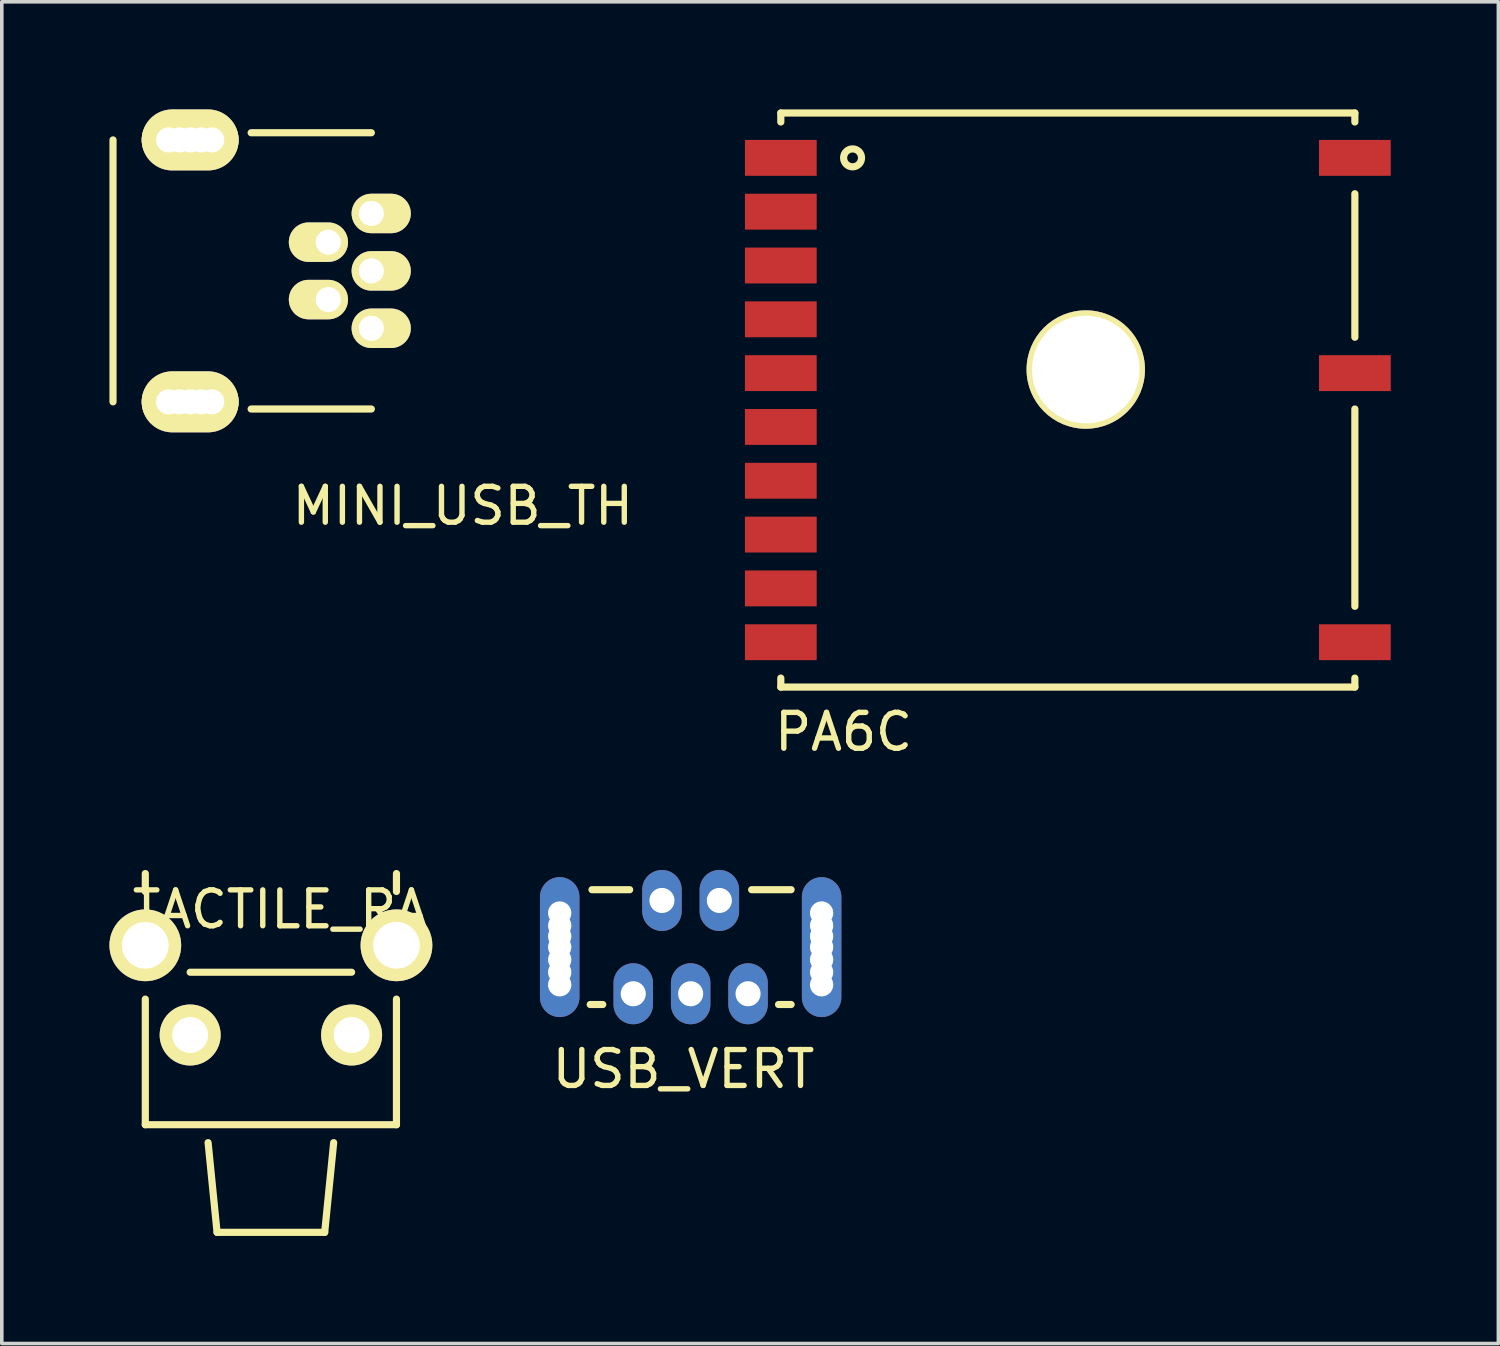
<source format=kicad_pcb>
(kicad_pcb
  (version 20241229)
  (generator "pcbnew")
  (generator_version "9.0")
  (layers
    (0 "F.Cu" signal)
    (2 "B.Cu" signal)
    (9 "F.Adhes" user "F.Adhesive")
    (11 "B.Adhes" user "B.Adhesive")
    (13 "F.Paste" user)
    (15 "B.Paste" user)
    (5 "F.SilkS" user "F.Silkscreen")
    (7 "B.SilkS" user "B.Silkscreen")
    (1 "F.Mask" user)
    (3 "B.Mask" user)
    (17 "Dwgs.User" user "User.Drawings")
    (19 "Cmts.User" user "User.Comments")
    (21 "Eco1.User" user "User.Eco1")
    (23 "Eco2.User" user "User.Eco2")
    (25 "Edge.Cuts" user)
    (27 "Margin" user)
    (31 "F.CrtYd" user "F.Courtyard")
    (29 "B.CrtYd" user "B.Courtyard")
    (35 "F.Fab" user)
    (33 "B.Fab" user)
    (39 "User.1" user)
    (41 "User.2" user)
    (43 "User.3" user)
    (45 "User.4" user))
  (footprint "TACTILE_RA"
    (layer "F.Cu")
    (at 4.5 24.548)
    (property "Reference" "TACTILE_RA" (at 0.25 -2.25 0) (layer "F.SilkS") (effects (font (size 1 1) (thickness 0.15))))
    (attr through_hole)
    (fp_line (start -3.5 -3.25) (end -3.5 -2.75) (stroke (width 0.2) (type solid)) (layer "F.SilkS"))
    (fp_line (start -3.5 0.25) (end -3.5 3.75) (stroke (width 0.2) (type solid)) (layer "F.SilkS"))
    (fp_line (start -3.5 3.75) (end 3.5 3.75) (stroke (width 0.2) (type solid)) (layer "F.SilkS"))
    (fp_line (start -2.25 -0.5) (end 2.25 -0.5) (stroke (width 0.2) (type solid)) (layer "F.SilkS"))
    (fp_line (start -1.75 4.25) (end -1.5 6.75) (stroke (width 0.2) (type solid)) (layer "F.SilkS"))
    (fp_line (start -1.5 6.75) (end 1.5 6.75) (stroke (width 0.2) (type solid)) (layer "F.SilkS"))
    (fp_line (start 1.5 6.75) (end 1.75 4.25) (stroke (width 0.2) (type solid)) (layer "F.SilkS"))
    (fp_line (start 3.5 -2.75) (end 3.5 -3.25) (stroke (width 0.2) (type solid)) (layer "F.SilkS"))
    (fp_line (start 3.5 3.75) (end 3.5 0.25) (stroke (width 0.2) (type solid)) (layer "F.SilkS"))
    (pad "1" thru_hole circle (at -2.25 1.25) (size 1.7 1.7) (drill 1) (layers "*.Cu" "*.Mask" "F.SilkS"))
    (pad "2" thru_hole circle (at 2.25 1.25) (size 1.7 1.7) (drill 1) (layers "*.Cu" "*.Mask" "F.SilkS"))
    (pad "3" thru_hole circle (at 3.5 -1.25) (size 2 2) (drill 1.3) (layers "*.Cu" "*.Mask" "F.SilkS"))
    (pad "4" thru_hole circle (at -3.5 -1.25) (size 2 2) (drill 1.3) (layers "*.Cu" "*.Mask" "F.SilkS")))
  (footprint "PA6C"
    (layer "F.Cu")
    (at 26.713 7.35)
    (property "Reference" "PA6C" (at -6.25 10 0) (layer "F.SilkS") (effects (font (size 1 1) (thickness 0.15))))
    (attr through_hole)
    (fp_line (start -8 -7.25) (end 8 -7.25) (stroke (width 0.2) (type solid)) (layer "F.SilkS"))
    (fp_line (start -8 -7) (end -8 -7.25) (stroke (width 0.2) (type solid)) (layer "F.SilkS"))
    (fp_line (start -8 8.75) (end -8 8.5) (stroke (width 0.2) (type solid)) (layer "F.SilkS"))
    (fp_line (start 8 -7.25) (end 8 -7) (stroke (width 0.2) (type solid)) (layer "F.SilkS"))
    (fp_line (start 8 -5) (end 8 -1) (stroke (width 0.2) (type solid)) (layer "F.SilkS"))
    (fp_line (start 8 1) (end 8 6.5) (stroke (width 0.2) (type solid)) (layer "F.SilkS"))
    (fp_line (start 8 8.5) (end 8 8.75) (stroke (width 0.2) (type solid)) (layer "F.SilkS"))
    (fp_line (start 8 8.75) (end -8 8.75) (stroke (width 0.2) (type solid)) (layer "F.SilkS"))
    (fp_circle (center -6 -6) (end -5.75 -6) (stroke (width 0.2) (type solid)) (fill no) (layer "F.SilkS"))
    (pad "1" smd rect (at -8 -6) (size 2 1) (layers "F.Cu" "F.Mask" "F.Paste"))
    (pad "2" smd rect (at -8 -4.5) (size 2 1) (layers "F.Cu" "F.Mask" "F.Paste"))
    (pad "3" smd rect (at -8 -3) (size 2 1) (layers "F.Cu" "F.Mask" "F.Paste"))
    (pad "4" smd rect (at -8 -1.5) (size 2 1) (layers "F.Cu" "F.Mask" "F.Paste"))
    (pad "5" smd rect (at -8 0) (size 2 1) (layers "F.Cu" "F.Mask" "F.Paste"))
    (pad "6" smd rect (at -8 1.5) (size 2 1) (layers "F.Cu" "F.Mask" "F.Paste"))
    (pad "7" smd rect (at -8 3) (size 2 1) (layers "F.Cu" "F.Mask" "F.Paste"))
    (pad "8" smd rect (at -8 4.5) (size 2 1) (layers "F.Cu" "F.Mask" "F.Paste"))
    (pad "9" smd rect (at -8 6) (size 2 1) (layers "F.Cu" "F.Mask" "F.Paste"))
    (pad "10" smd rect (at -8 7.5) (size 2 1) (layers "F.Cu" "F.Mask" "F.Paste"))
    (pad "11" smd rect (at 8 7.5) (size 2 1) (layers "F.Cu" "F.Mask" "F.Paste"))
    (pad "12" smd rect (at 8 0) (size 2 1) (layers "F.Cu" "F.Mask" "F.Paste"))
    (pad "13" smd rect (at 8 -6) (size 2 1) (layers "F.Cu" "F.Mask" "F.Paste"))
    (pad "14" thru_hole circle (at 0.5 -0.1) (size 3.3 3.3) (drill 3) (layers "*.Cu" "*.Mask" "F.SilkS")))
  (footprint "MINI_USB_TH"
    (layer "F.Cu")
    (at 6.7 4.5)
    (property "Reference" "MINI_USB_TH" (at 3.15 6.55 0) (layer "F.SilkS") (effects (font (size 1 1) (thickness 0.15))))
    (attr through_hole)
    (fp_line (start -6.6 3.65) (end -6.6 -3.65) (stroke (width 0.2) (type solid)) (layer "F.SilkS"))
    (fp_line (start -2.75 -3.85) (end 0.6 -3.85) (stroke (width 0.2) (type solid)) (layer "F.SilkS"))
    (fp_line (start -2.75 3.85) (end 0.6 3.85) (stroke (width 0.2) (type solid)) (layer "F.SilkS"))
    (pad "1" thru_hole oval (at 0.6 -1.6) (size 1.65 1.1) (drill 0.7 (offset 0.275 0)) (layers "*.Cu" "*.Mask" "F.SilkS"))
    (pad "2" thru_hole oval (at -0.6 -0.8 180) (size 1.65 1.1) (drill 0.7 (offset 0.275 0)) (layers "*.Cu" "*.Mask" "F.SilkS"))
    (pad "3" thru_hole oval (at 0.6 0) (size 1.65 1.1) (drill 0.7 (offset 0.275 0)) (layers "*.Cu" "*.Mask" "F.SilkS"))
    (pad "4" thru_hole oval (at -0.6 0.8 180) (size 1.65 1.1) (drill 0.7 (offset 0.275 0)) (layers "*.Cu" "*.Mask" "F.SilkS"))
    (pad "5" thru_hole oval (at 0.6 1.6) (size 1.65 1.1) (drill 0.7 (offset 0.275 0)) (layers "*.Cu" "*.Mask" "F.SilkS"))
    (pad "6" thru_hole oval (at -5.05 -3.65) (size 1.5 1.5) (drill 0.7) (layers "*.Cu" "*.Mask" "F.SilkS"))
    (pad "6" thru_hole oval (at -5.05 3.65) (size 1.5 1.5) (drill 0.7) (layers "*.Cu" "*.Mask" "F.SilkS"))
    (pad "6" thru_hole oval (at -4.75 -3.65) (size 1.5 1.5) (drill 0.7) (layers "*.Cu" "*.Mask" "F.SilkS"))
    (pad "6" thru_hole oval (at -4.75 3.65) (size 1.5 1.5) (drill 0.7) (layers "*.Cu" "*.Mask" "F.SilkS"))
    (pad "6" thru_hole oval (at -4.45 -3.65) (size 2.7 1.7) (drill 0.7) (layers "*.Cu" "*.Mask" "F.SilkS"))
    (pad "6" thru_hole oval (at -4.45 3.65) (size 2.7 1.7) (drill 0.7) (layers "*.Cu" "*.Mask" "F.SilkS"))
    (pad "6" thru_hole oval (at -4.15 -3.65) (size 1.5 1.5) (drill 0.7) (layers "*.Cu" "*.Mask" "F.SilkS"))
    (pad "6" thru_hole oval (at -4.15 3.65) (size 1.5 1.5) (drill 0.7) (layers "*.Cu" "*.Mask" "F.SilkS"))
    (pad "6" thru_hole oval (at -3.85 -3.65) (size 1.5 1.5) (drill 0.7) (layers "*.Cu" "*.Mask" "F.SilkS"))
    (pad "6" thru_hole oval (at -3.85 3.65) (size 1.5 1.5) (drill 0.7) (layers "*.Cu" "*.Mask" "F.SilkS")))
  (footprint "USB_VERT"
    (layer "F.Cu")
    (at 16.2 23.348)
    (property "Reference" "USB_VERT" (at -0.2 3.4 0) (layer "F.SilkS") (effects (font (size 1 1) (thickness 0.15))))
    (attr through_hole)
    (fp_line (start -2.45 1.6) (end -2.8 1.6) (stroke (width 0.2) (type solid)) (layer "F.SilkS"))
    (fp_line (start -1.7 -1.6) (end -2.75 -1.6) (stroke (width 0.2) (type solid)) (layer "F.SilkS"))
    (fp_line (start 2.45 1.6) (end 2.8 1.6) (stroke (width 0.2) (type solid)) (layer "F.SilkS"))
    (fp_line (start 2.8 -1.6) (end 1.7 -1.6) (stroke (width 0.2) (type solid)) (layer "F.SilkS"))
    (pad "1" thru_hole oval (at -1.6 1.3) (size 1.1 1.7) (drill 0.7) (layers "*.Cu" "*.Mask"))
    (pad "2" thru_hole oval (at -0.8 -1.3) (size 1.1 1.7) (drill 0.7) (layers "*.Cu" "*.Mask"))
    (pad "3" thru_hole oval (at 0 1.3) (size 1.1 1.7) (drill 0.7) (layers "*.Cu" "*.Mask"))
    (pad "4" thru_hole oval (at 0.8 -1.3) (size 1.1 1.7) (drill 0.7) (layers "*.Cu" "*.Mask"))
    (pad "5" thru_hole oval (at 1.6 1.3) (size 1.1 1.7) (drill 0.7) (layers "*.Cu" "*.Mask"))
    (pad "6" thru_hole oval (at -3.65 -0.95) (size 1 1) (drill 0.65) (layers "*.Cu" "*.Mask"))
    (pad "6" thru_hole oval (at -3.65 -0.6) (size 1 1) (drill 0.65) (layers "*.Cu" "*.Mask"))
    (pad "6" thru_hole oval (at -3.65 -0.3) (size 1 1) (drill 0.65) (layers "*.Cu" "*.Mask"))
    (pad "6" thru_hole oval (at -3.65 0) (size 1.1 3.9) (drill 0.65) (layers "*.Cu" "*.Mask"))
    (pad "6" thru_hole oval (at -3.65 0.35) (size 1 1) (drill 0.65) (layers "*.Cu" "*.Mask"))
    (pad "6" thru_hole oval (at -3.65 0.7) (size 1 1) (drill 0.65) (layers "*.Cu" "*.Mask"))
    (pad "6" thru_hole oval (at -3.65 1.05) (size 1 1) (drill 0.65) (layers "*.Cu" "*.Mask"))
    (pad "6" thru_hole oval (at 3.65 -0.95) (size 1 1) (drill 0.65) (layers "*.Cu" "*.Mask"))
    (pad "6" thru_hole oval (at 3.65 -0.6) (size 1 1) (drill 0.65) (layers "*.Cu" "*.Mask"))
    (pad "6" thru_hole oval (at 3.65 -0.3) (size 1 1) (drill 0.65) (layers "*.Cu" "*.Mask"))
    (pad "6" thru_hole oval (at 3.65 0) (size 1.1 3.9) (drill 0.65) (layers "*.Cu" "*.Mask"))
    (pad "6" thru_hole oval (at 3.65 0.35) (size 1 1) (drill 0.65) (layers "*.Cu" "*.Mask"))
    (pad "6" thru_hole oval (at 3.65 0.7) (size 1 1) (drill 0.65) (layers "*.Cu" "*.Mask"))
    (pad "6" thru_hole oval (at 3.65 1.05) (size 1 1) (drill 0.65) (layers "*.Cu" "*.Mask")))
  (gr_rect
    (start -3 -3)
    (end 38.713 34.398)
    (stroke (width 0.1) (type default))
    (fill no)
    (layer "Edge.Cuts")))
</source>
